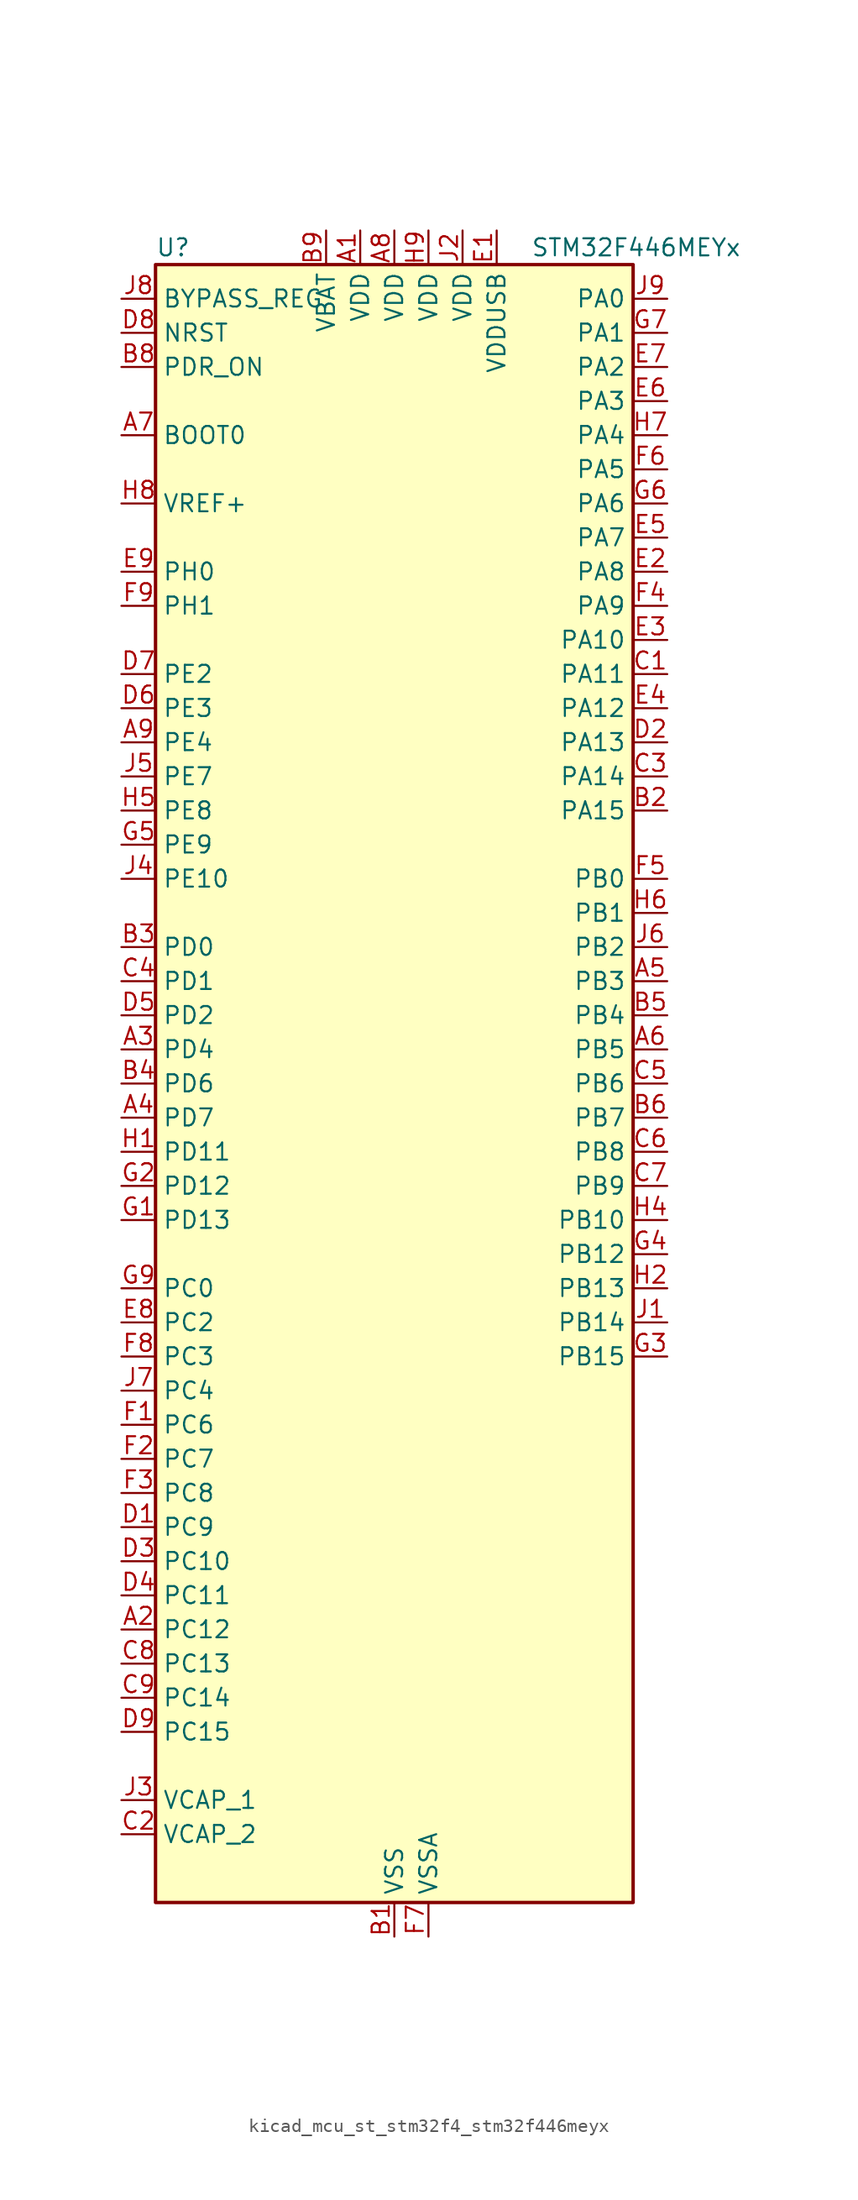
<source format=kicad_sym>
(kicad_symbol_lib
  (version 20220914)
  (generator kicad_symbol_editor)
  (symbol "kicad_mcu_st_stm32f4_stm32f446meyx"
    (property "Reference" "U"
      (at -17.78 62.23 0)
      (effects (font (size 1.27 1.27)) (justify left)))
    (property "Value" "STM32F446MEYx"
      (at 10.16 62.23 0)
      (effects (font (size 1.27 1.27)) (justify left)))
    (property "ki_locked" ""
      (at 0 0 0)
      (effects (font (size 1.27 1.27))))
    (symbol "kicad_mcu_st_stm32f4_stm32f446meyx_0_1"
      (rectangle (start -17.78 -60.96) (end 17.78 60.96) (stroke (width 0.254) (type default)) (fill (type background))))
    (symbol "kicad_mcu_st_stm32f4_stm32f446meyx_1_1"
      (pin power_in line (at -2.54 63.5 270) (length 2.54) (name "VDD" (effects (font (size 1.27 1.27)))) (number "A1" (effects (font (size 1.27 1.27)))))
      (pin bidirectional line (at -20.32 -40.64 0) (length 2.54) (name "PC12" (effects (font (size 1.27 1.27)))) (number "A2" (effects (font (size 1.27 1.27)))) (alternate "DCMI_D9" bidirectional line) (alternate "I2C2_SDA" bidirectional line) (alternate "I2S3_SD" bidirectional line) (alternate "SDIO_CK" bidirectional line) (alternate "SPI3_MOSI" bidirectional line) (alternate "UART5_TX" bidirectional line) (alternate "USART3_CK" bidirectional line))
      (pin bidirectional line (at -20.32 2.54 0) (length 2.54) (name "PD4" (effects (font (size 1.27 1.27)))) (number "A3" (effects (font (size 1.27 1.27)))) (alternate "USART2_RTS" bidirectional line))
      (pin bidirectional line (at -20.32 -2.54 0) (length 2.54) (name "PD7" (effects (font (size 1.27 1.27)))) (number "A4" (effects (font (size 1.27 1.27)))) (alternate "SPDIFRX_IN0" bidirectional line) (alternate "USART2_CK" bidirectional line))
      (pin bidirectional line (at 20.32 7.62 180) (length 2.54) (name "PB3" (effects (font (size 1.27 1.27)))) (number "A5" (effects (font (size 1.27 1.27)))) (alternate "I2C2_SDA" bidirectional line) (alternate "I2S1_CK" bidirectional line) (alternate "I2S3_CK" bidirectional line) (alternate "SPI1_SCK" bidirectional line) (alternate "SPI3_SCK" bidirectional line) (alternate "SYS_JTDO-SWO" bidirectional line) (alternate "TIM2_CH2" bidirectional line))
      (pin bidirectional line (at 20.32 2.54 180) (length 2.54) (name "PB5" (effects (font (size 1.27 1.27)))) (number "A6" (effects (font (size 1.27 1.27)))) (alternate "CAN2_RX" bidirectional line) (alternate "DCMI_D10" bidirectional line) (alternate "I2C1_SMBA" bidirectional line) (alternate "I2S1_SD" bidirectional line) (alternate "I2S3_SD" bidirectional line) (alternate "SPI1_MOSI" bidirectional line) (alternate "SPI3_MOSI" bidirectional line) (alternate "TIM3_CH2" bidirectional line) (alternate "USB_OTG_HS_ULPI_D7" bidirectional line))
      (pin input line (at -20.32 48.26 0) (length 2.54) (name "BOOT0" (effects (font (size 1.27 1.27)))) (number "A7" (effects (font (size 1.27 1.27)))))
      (pin power_in line (at 0 63.5 270) (length 2.54) (name "VDD" (effects (font (size 1.27 1.27)))) (number "A8" (effects (font (size 1.27 1.27)))))
      (pin bidirectional line (at -20.32 25.4 0) (length 2.54) (name "PE4" (effects (font (size 1.27 1.27)))) (number "A9" (effects (font (size 1.27 1.27)))) (alternate "DCMI_D4" bidirectional line) (alternate "SAI1_FS_A" bidirectional line) (alternate "SPI4_NSS" bidirectional line) (alternate "SYS_TRACED1" bidirectional line))
      (pin power_in line (at 0 -63.5 90) (length 2.54) (name "VSS" (effects (font (size 1.27 1.27)))) (number "B1" (effects (font (size 1.27 1.27)))))
      (pin bidirectional line (at 20.32 20.32 180) (length 2.54) (name "PA15" (effects (font (size 1.27 1.27)))) (number "B2" (effects (font (size 1.27 1.27)))) (alternate "ADC1_EXTI15" bidirectional line) (alternate "ADC2_EXTI15" bidirectional line) (alternate "ADC3_EXTI15" bidirectional line) (alternate "CEC" bidirectional line) (alternate "I2S1_WS" bidirectional line) (alternate "I2S3_WS" bidirectional line) (alternate "SPI1_NSS" bidirectional line) (alternate "SPI3_NSS" bidirectional line) (alternate "SYS_JTDI" bidirectional line) (alternate "TIM2_CH1" bidirectional line) (alternate "TIM2_ETR" bidirectional line) (alternate "UART4_RTS" bidirectional line))
      (pin bidirectional line (at -20.32 10.16 0) (length 2.54) (name "PD0" (effects (font (size 1.27 1.27)))) (number "B3" (effects (font (size 1.27 1.27)))) (alternate "CAN1_RX" bidirectional line) (alternate "I2S3_SD" bidirectional line) (alternate "SPI3_MOSI" bidirectional line) (alternate "SPI4_MISO" bidirectional line))
      (pin bidirectional line (at -20.32 0 0) (length 2.54) (name "PD6" (effects (font (size 1.27 1.27)))) (number "B4" (effects (font (size 1.27 1.27)))) (alternate "DCMI_D10" bidirectional line) (alternate "I2S3_SD" bidirectional line) (alternate "SAI1_SD_A" bidirectional line) (alternate "SPI3_MOSI" bidirectional line) (alternate "USART2_RX" bidirectional line))
      (pin bidirectional line (at 20.32 5.08 180) (length 2.54) (name "PB4" (effects (font (size 1.27 1.27)))) (number "B5" (effects (font (size 1.27 1.27)))) (alternate "I2C3_SDA" bidirectional line) (alternate "I2S2_WS" bidirectional line) (alternate "SPI1_MISO" bidirectional line) (alternate "SPI2_NSS" bidirectional line) (alternate "SPI3_MISO" bidirectional line) (alternate "SYS_JTRST" bidirectional line) (alternate "TIM3_CH1" bidirectional line))
      (pin bidirectional line (at 20.32 -2.54 180) (length 2.54) (name "PB7" (effects (font (size 1.27 1.27)))) (number "B6" (effects (font (size 1.27 1.27)))) (alternate "DCMI_VSYNC" bidirectional line) (alternate "I2C1_SDA" bidirectional line) (alternate "SPDIFRX_IN0" bidirectional line) (alternate "TIM4_CH2" bidirectional line) (alternate "USART1_RX" bidirectional line))
      (pin passive line (at 0 -63.5 90) (length 2.54) hide (name "VSS" (effects (font (size 1.27 1.27)))) (number "B7" (effects (font (size 1.27 1.27)))))
      (pin input line (at -20.32 53.34 0) (length 2.54) (name "PDR_ON" (effects (font (size 1.27 1.27)))) (number "B8" (effects (font (size 1.27 1.27)))))
      (pin power_in line (at -5.08 63.5 270) (length 2.54) (name "VBAT" (effects (font (size 1.27 1.27)))) (number "B9" (effects (font (size 1.27 1.27)))))
      (pin bidirectional line (at 20.32 30.48 180) (length 2.54) (name "PA11" (effects (font (size 1.27 1.27)))) (number "C1" (effects (font (size 1.27 1.27)))) (alternate "ADC1_EXTI11" bidirectional line) (alternate "ADC2_EXTI11" bidirectional line) (alternate "ADC3_EXTI11" bidirectional line) (alternate "CAN1_RX" bidirectional line) (alternate "TIM1_CH4" bidirectional line) (alternate "USART1_CTS" bidirectional line) (alternate "USB_OTG_FS_DM" bidirectional line))
      (pin power_out line (at -20.32 -55.88 0) (length 2.54) (name "VCAP_2" (effects (font (size 1.27 1.27)))) (number "C2" (effects (font (size 1.27 1.27)))))
      (pin bidirectional line (at 20.32 22.86 180) (length 2.54) (name "PA14" (effects (font (size 1.27 1.27)))) (number "C3" (effects (font (size 1.27 1.27)))) (alternate "SYS_JTCK-SWCLK" bidirectional line))
      (pin bidirectional line (at -20.32 7.62 0) (length 2.54) (name "PD1" (effects (font (size 1.27 1.27)))) (number "C4" (effects (font (size 1.27 1.27)))) (alternate "CAN1_TX" bidirectional line) (alternate "I2S2_WS" bidirectional line) (alternate "SPI2_NSS" bidirectional line))
      (pin bidirectional line (at 20.32 0 180) (length 2.54) (name "PB6" (effects (font (size 1.27 1.27)))) (number "C5" (effects (font (size 1.27 1.27)))) (alternate "CAN2_TX" bidirectional line) (alternate "CEC" bidirectional line) (alternate "DCMI_D5" bidirectional line) (alternate "I2C1_SCL" bidirectional line) (alternate "QUADSPI_BK1_NCS" bidirectional line) (alternate "TIM4_CH1" bidirectional line) (alternate "USART1_TX" bidirectional line))
      (pin bidirectional line (at 20.32 -5.08 180) (length 2.54) (name "PB8" (effects (font (size 1.27 1.27)))) (number "C6" (effects (font (size 1.27 1.27)))) (alternate "CAN1_RX" bidirectional line) (alternate "DCMI_D6" bidirectional line) (alternate "I2C1_SCL" bidirectional line) (alternate "SDIO_D4" bidirectional line) (alternate "TIM10_CH1" bidirectional line) (alternate "TIM2_CH1" bidirectional line) (alternate "TIM2_ETR" bidirectional line) (alternate "TIM4_CH3" bidirectional line))
      (pin bidirectional line (at 20.32 -7.62 180) (length 2.54) (name "PB9" (effects (font (size 1.27 1.27)))) (number "C7" (effects (font (size 1.27 1.27)))) (alternate "CAN1_TX" bidirectional line) (alternate "DAC_EXTI9" bidirectional line) (alternate "DCMI_D7" bidirectional line) (alternate "I2C1_SDA" bidirectional line) (alternate "I2S2_WS" bidirectional line) (alternate "SAI1_FS_B" bidirectional line) (alternate "SDIO_D5" bidirectional line) (alternate "SPI2_NSS" bidirectional line) (alternate "TIM11_CH1" bidirectional line) (alternate "TIM2_CH2" bidirectional line) (alternate "TIM4_CH4" bidirectional line))
      (pin bidirectional line (at -20.32 -43.18 0) (length 2.54) (name "PC13" (effects (font (size 1.27 1.27)))) (number "C8" (effects (font (size 1.27 1.27)))) (alternate "RTC_AF1" bidirectional line) (alternate "SYS_WKUP1" bidirectional line))
      (pin bidirectional line (at -20.32 -45.72 0) (length 2.54) (name "PC14" (effects (font (size 1.27 1.27)))) (number "C9" (effects (font (size 1.27 1.27)))) (alternate "RCC_OSC32_IN" bidirectional line))
      (pin bidirectional line (at -20.32 -33.02 0) (length 2.54) (name "PC9" (effects (font (size 1.27 1.27)))) (number "D1" (effects (font (size 1.27 1.27)))) (alternate "DAC_EXTI9" bidirectional line) (alternate "DCMI_D3" bidirectional line) (alternate "I2C3_SDA" bidirectional line) (alternate "I2S_CKIN" bidirectional line) (alternate "QUADSPI_BK1_IO0" bidirectional line) (alternate "RCC_MCO_2" bidirectional line) (alternate "SDIO_D1" bidirectional line) (alternate "TIM3_CH4" bidirectional line) (alternate "TIM8_CH4" bidirectional line) (alternate "UART5_CTS" bidirectional line))
      (pin bidirectional line (at 20.32 25.4 180) (length 2.54) (name "PA13" (effects (font (size 1.27 1.27)))) (number "D2" (effects (font (size 1.27 1.27)))) (alternate "SYS_JTMS-SWDIO" bidirectional line))
      (pin bidirectional line (at -20.32 -35.56 0) (length 2.54) (name "PC10" (effects (font (size 1.27 1.27)))) (number "D3" (effects (font (size 1.27 1.27)))) (alternate "DCMI_D8" bidirectional line) (alternate "I2S3_CK" bidirectional line) (alternate "QUADSPI_BK1_IO1" bidirectional line) (alternate "SDIO_D2" bidirectional line) (alternate "SPI3_SCK" bidirectional line) (alternate "UART4_TX" bidirectional line) (alternate "USART3_TX" bidirectional line))
      (pin bidirectional line (at -20.32 -38.1 0) (length 2.54) (name "PC11" (effects (font (size 1.27 1.27)))) (number "D4" (effects (font (size 1.27 1.27)))) (alternate "ADC1_EXTI11" bidirectional line) (alternate "ADC2_EXTI11" bidirectional line) (alternate "ADC3_EXTI11" bidirectional line) (alternate "DCMI_D4" bidirectional line) (alternate "QUADSPI_BK2_NCS" bidirectional line) (alternate "SDIO_D3" bidirectional line) (alternate "SPI3_MISO" bidirectional line) (alternate "UART4_RX" bidirectional line) (alternate "USART3_RX" bidirectional line))
      (pin bidirectional line (at -20.32 5.08 0) (length 2.54) (name "PD2" (effects (font (size 1.27 1.27)))) (number "D5" (effects (font (size 1.27 1.27)))) (alternate "DCMI_D11" bidirectional line) (alternate "SDIO_CMD" bidirectional line) (alternate "TIM3_ETR" bidirectional line) (alternate "UART5_RX" bidirectional line))
      (pin bidirectional line (at -20.32 27.94 0) (length 2.54) (name "PE3" (effects (font (size 1.27 1.27)))) (number "D6" (effects (font (size 1.27 1.27)))) (alternate "SAI1_SD_B" bidirectional line) (alternate "SYS_TRACED0" bidirectional line))
      (pin bidirectional line (at -20.32 30.48 0) (length 2.54) (name "PE2" (effects (font (size 1.27 1.27)))) (number "D7" (effects (font (size 1.27 1.27)))) (alternate "QUADSPI_BK1_IO2" bidirectional line) (alternate "SAI1_MCLK_A" bidirectional line) (alternate "SPI4_SCK" bidirectional line) (alternate "SYS_TRACECLK" bidirectional line))
      (pin input line (at -20.32 55.88 0) (length 2.54) (name "NRST" (effects (font (size 1.27 1.27)))) (number "D8" (effects (font (size 1.27 1.27)))))
      (pin bidirectional line (at -20.32 -48.26 0) (length 2.54) (name "PC15" (effects (font (size 1.27 1.27)))) (number "D9" (effects (font (size 1.27 1.27)))) (alternate "ADC1_EXTI15" bidirectional line) (alternate "ADC2_EXTI15" bidirectional line) (alternate "ADC3_EXTI15" bidirectional line) (alternate "RCC_OSC32_OUT" bidirectional line))
      (pin power_in line (at 7.62 63.5 270) (length 2.54) (name "VDDUSB" (effects (font (size 1.27 1.27)))) (number "E1" (effects (font (size 1.27 1.27)))))
      (pin bidirectional line (at 20.32 38.1 180) (length 2.54) (name "PA8" (effects (font (size 1.27 1.27)))) (number "E2" (effects (font (size 1.27 1.27)))) (alternate "I2C3_SCL" bidirectional line) (alternate "RCC_MCO_1" bidirectional line) (alternate "TIM1_CH1" bidirectional line) (alternate "USART1_CK" bidirectional line) (alternate "USB_OTG_FS_SOF" bidirectional line))
      (pin bidirectional line (at 20.32 33.02 180) (length 2.54) (name "PA10" (effects (font (size 1.27 1.27)))) (number "E3" (effects (font (size 1.27 1.27)))) (alternate "DCMI_D1" bidirectional line) (alternate "TIM1_CH3" bidirectional line) (alternate "USART1_RX" bidirectional line) (alternate "USB_OTG_FS_ID" bidirectional line))
      (pin bidirectional line (at 20.32 27.94 180) (length 2.54) (name "PA12" (effects (font (size 1.27 1.27)))) (number "E4" (effects (font (size 1.27 1.27)))) (alternate "CAN1_TX" bidirectional line) (alternate "SAI2_FS_B" bidirectional line) (alternate "TIM1_ETR" bidirectional line) (alternate "USART1_RTS" bidirectional line) (alternate "USB_OTG_FS_DP" bidirectional line))
      (pin bidirectional line (at 20.32 40.64 180) (length 2.54) (name "PA7" (effects (font (size 1.27 1.27)))) (number "E5" (effects (font (size 1.27 1.27)))) (alternate "ADC1_IN7" bidirectional line) (alternate "ADC2_IN7" bidirectional line) (alternate "I2S1_SD" bidirectional line) (alternate "SPI1_MOSI" bidirectional line) (alternate "TIM14_CH1" bidirectional line) (alternate "TIM1_CH1N" bidirectional line) (alternate "TIM3_CH2" bidirectional line) (alternate "TIM8_CH1N" bidirectional line))
      (pin bidirectional line (at 20.32 50.8 180) (length 2.54) (name "PA3" (effects (font (size 1.27 1.27)))) (number "E6" (effects (font (size 1.27 1.27)))) (alternate "ADC1_IN3" bidirectional line) (alternate "ADC2_IN3" bidirectional line) (alternate "ADC3_IN3" bidirectional line) (alternate "SAI1_FS_A" bidirectional line) (alternate "TIM2_CH4" bidirectional line) (alternate "TIM5_CH4" bidirectional line) (alternate "TIM9_CH2" bidirectional line) (alternate "USART2_RX" bidirectional line) (alternate "USB_OTG_HS_ULPI_D0" bidirectional line))
      (pin bidirectional line (at 20.32 53.34 180) (length 2.54) (name "PA2" (effects (font (size 1.27 1.27)))) (number "E7" (effects (font (size 1.27 1.27)))) (alternate "ADC1_IN2" bidirectional line) (alternate "ADC2_IN2" bidirectional line) (alternate "ADC3_IN2" bidirectional line) (alternate "SAI2_SCK_B" bidirectional line) (alternate "TIM2_CH3" bidirectional line) (alternate "TIM5_CH3" bidirectional line) (alternate "TIM9_CH1" bidirectional line) (alternate "USART2_TX" bidirectional line))
      (pin bidirectional line (at -20.32 -17.78 0) (length 2.54) (name "PC2" (effects (font (size 1.27 1.27)))) (number "E8" (effects (font (size 1.27 1.27)))) (alternate "ADC1_IN12" bidirectional line) (alternate "ADC2_IN12" bidirectional line) (alternate "ADC3_IN12" bidirectional line) (alternate "SPI2_MISO" bidirectional line) (alternate "USB_OTG_HS_ULPI_DIR" bidirectional line))
      (pin bidirectional line (at -20.32 38.1 0) (length 2.54) (name "PH0" (effects (font (size 1.27 1.27)))) (number "E9" (effects (font (size 1.27 1.27)))) (alternate "RCC_OSC_IN" bidirectional line))
      (pin bidirectional line (at -20.32 -25.4 0) (length 2.54) (name "PC6" (effects (font (size 1.27 1.27)))) (number "F1" (effects (font (size 1.27 1.27)))) (alternate "DCMI_D0" bidirectional line) (alternate "FMPI2C1_SCL" bidirectional line) (alternate "I2S2_MCK" bidirectional line) (alternate "SDIO_D6" bidirectional line) (alternate "TIM3_CH1" bidirectional line) (alternate "TIM8_CH1" bidirectional line) (alternate "USART6_TX" bidirectional line))
      (pin bidirectional line (at -20.32 -27.94 0) (length 2.54) (name "PC7" (effects (font (size 1.27 1.27)))) (number "F2" (effects (font (size 1.27 1.27)))) (alternate "DCMI_D1" bidirectional line) (alternate "FMPI2C1_SDA" bidirectional line) (alternate "I2S2_CK" bidirectional line) (alternate "I2S3_MCK" bidirectional line) (alternate "SDIO_D7" bidirectional line) (alternate "SPDIFRX_IN1" bidirectional line) (alternate "SPI2_SCK" bidirectional line) (alternate "TIM3_CH2" bidirectional line) (alternate "TIM8_CH2" bidirectional line) (alternate "USART6_RX" bidirectional line))
      (pin bidirectional line (at -20.32 -30.48 0) (length 2.54) (name "PC8" (effects (font (size 1.27 1.27)))) (number "F3" (effects (font (size 1.27 1.27)))) (alternate "DCMI_D2" bidirectional line) (alternate "SDIO_D0" bidirectional line) (alternate "SYS_TRACED0" bidirectional line) (alternate "TIM3_CH3" bidirectional line) (alternate "TIM8_CH3" bidirectional line) (alternate "UART5_RTS" bidirectional line) (alternate "USART6_CK" bidirectional line))
      (pin bidirectional line (at 20.32 35.56 180) (length 2.54) (name "PA9" (effects (font (size 1.27 1.27)))) (number "F4" (effects (font (size 1.27 1.27)))) (alternate "DAC_EXTI9" bidirectional line) (alternate "DCMI_D0" bidirectional line) (alternate "I2C3_SMBA" bidirectional line) (alternate "I2S2_CK" bidirectional line) (alternate "SAI1_SD_B" bidirectional line) (alternate "SPI2_SCK" bidirectional line) (alternate "TIM1_CH2" bidirectional line) (alternate "USART1_TX" bidirectional line) (alternate "USB_OTG_FS_VBUS" bidirectional line))
      (pin bidirectional line (at 20.32 15.24 180) (length 2.54) (name "PB0" (effects (font (size 1.27 1.27)))) (number "F5" (effects (font (size 1.27 1.27)))) (alternate "ADC1_IN8" bidirectional line) (alternate "ADC2_IN8" bidirectional line) (alternate "I2S3_SD" bidirectional line) (alternate "SDIO_D1" bidirectional line) (alternate "SPI3_MOSI" bidirectional line) (alternate "TIM1_CH2N" bidirectional line) (alternate "TIM3_CH3" bidirectional line) (alternate "TIM8_CH2N" bidirectional line) (alternate "UART4_CTS" bidirectional line) (alternate "USB_OTG_HS_ULPI_D1" bidirectional line))
      (pin bidirectional line (at 20.32 45.72 180) (length 2.54) (name "PA5" (effects (font (size 1.27 1.27)))) (number "F6" (effects (font (size 1.27 1.27)))) (alternate "ADC1_IN5" bidirectional line) (alternate "ADC2_IN5" bidirectional line) (alternate "DAC_OUT2" bidirectional line) (alternate "I2S1_CK" bidirectional line) (alternate "SPI1_SCK" bidirectional line) (alternate "TIM2_CH1" bidirectional line) (alternate "TIM2_ETR" bidirectional line) (alternate "TIM8_CH1N" bidirectional line) (alternate "USB_OTG_HS_ULPI_CK" bidirectional line))
      (pin power_in line (at 2.54 -63.5 90) (length 2.54) (name "VSSA" (effects (font (size 1.27 1.27)))) (number "F7" (effects (font (size 1.27 1.27)))))
      (pin bidirectional line (at -20.32 -20.32 0) (length 2.54) (name "PC3" (effects (font (size 1.27 1.27)))) (number "F8" (effects (font (size 1.27 1.27)))) (alternate "ADC1_IN13" bidirectional line) (alternate "ADC2_IN13" bidirectional line) (alternate "ADC3_IN13" bidirectional line) (alternate "I2S2_SD" bidirectional line) (alternate "SPI2_MOSI" bidirectional line) (alternate "USB_OTG_HS_ULPI_NXT" bidirectional line))
      (pin bidirectional line (at -20.32 35.56 0) (length 2.54) (name "PH1" (effects (font (size 1.27 1.27)))) (number "F9" (effects (font (size 1.27 1.27)))) (alternate "RCC_OSC_OUT" bidirectional line))
      (pin bidirectional line (at -20.32 -10.16 0) (length 2.54) (name "PD13" (effects (font (size 1.27 1.27)))) (number "G1" (effects (font (size 1.27 1.27)))) (alternate "FMPI2C1_SDA" bidirectional line) (alternate "QUADSPI_BK1_IO3" bidirectional line) (alternate "SAI2_SCK_A" bidirectional line) (alternate "TIM4_CH2" bidirectional line))
      (pin bidirectional line (at -20.32 -7.62 0) (length 2.54) (name "PD12" (effects (font (size 1.27 1.27)))) (number "G2" (effects (font (size 1.27 1.27)))) (alternate "FMPI2C1_SCL" bidirectional line) (alternate "QUADSPI_BK1_IO1" bidirectional line) (alternate "SAI2_FS_A" bidirectional line) (alternate "TIM4_CH1" bidirectional line) (alternate "USART3_RTS" bidirectional line))
      (pin bidirectional line (at 20.32 -20.32 180) (length 2.54) (name "PB15" (effects (font (size 1.27 1.27)))) (number "G3" (effects (font (size 1.27 1.27)))) (alternate "ADC1_EXTI15" bidirectional line) (alternate "ADC2_EXTI15" bidirectional line) (alternate "ADC3_EXTI15" bidirectional line) (alternate "I2S2_SD" bidirectional line) (alternate "RTC_REFIN" bidirectional line) (alternate "SPI2_MOSI" bidirectional line) (alternate "TIM12_CH2" bidirectional line) (alternate "TIM1_CH3N" bidirectional line) (alternate "TIM8_CH3N" bidirectional line) (alternate "USB_OTG_HS_DP" bidirectional line))
      (pin bidirectional line (at 20.32 -12.7 180) (length 2.54) (name "PB12" (effects (font (size 1.27 1.27)))) (number "G4" (effects (font (size 1.27 1.27)))) (alternate "CAN2_RX" bidirectional line) (alternate "I2C2_SMBA" bidirectional line) (alternate "I2S2_WS" bidirectional line) (alternate "SAI1_SCK_B" bidirectional line) (alternate "SPI2_NSS" bidirectional line) (alternate "TIM1_BKIN" bidirectional line) (alternate "USART3_CK" bidirectional line) (alternate "USB_OTG_HS_ID" bidirectional line) (alternate "USB_OTG_HS_ULPI_D5" bidirectional line))
      (pin bidirectional line (at -20.32 17.78 0) (length 2.54) (name "PE9" (effects (font (size 1.27 1.27)))) (number "G5" (effects (font (size 1.27 1.27)))) (alternate "DAC_EXTI9" bidirectional line) (alternate "QUADSPI_BK2_IO2" bidirectional line) (alternate "TIM1_CH1" bidirectional line))
      (pin bidirectional line (at 20.32 43.18 180) (length 2.54) (name "PA6" (effects (font (size 1.27 1.27)))) (number "G6" (effects (font (size 1.27 1.27)))) (alternate "ADC1_IN6" bidirectional line) (alternate "ADC2_IN6" bidirectional line) (alternate "DCMI_PIXCLK" bidirectional line) (alternate "I2S2_MCK" bidirectional line) (alternate "SPI1_MISO" bidirectional line) (alternate "TIM13_CH1" bidirectional line) (alternate "TIM1_BKIN" bidirectional line) (alternate "TIM3_CH1" bidirectional line) (alternate "TIM8_BKIN" bidirectional line))
      (pin bidirectional line (at 20.32 55.88 180) (length 2.54) (name "PA1" (effects (font (size 1.27 1.27)))) (number "G7" (effects (font (size 1.27 1.27)))) (alternate "ADC1_IN1" bidirectional line) (alternate "ADC2_IN1" bidirectional line) (alternate "ADC3_IN1" bidirectional line) (alternate "QUADSPI_BK1_IO3" bidirectional line) (alternate "SAI2_MCLK_B" bidirectional line) (alternate "TIM2_CH2" bidirectional line) (alternate "TIM5_CH2" bidirectional line) (alternate "UART4_RX" bidirectional line) (alternate "USART2_RTS" bidirectional line))
      (pin passive line (at 0 -63.5 90) (length 2.54) hide (name "VSS" (effects (font (size 1.27 1.27)))) (number "G8" (effects (font (size 1.27 1.27)))))
      (pin bidirectional line (at -20.32 -15.24 0) (length 2.54) (name "PC0" (effects (font (size 1.27 1.27)))) (number "G9" (effects (font (size 1.27 1.27)))) (alternate "ADC1_IN10" bidirectional line) (alternate "ADC2_IN10" bidirectional line) (alternate "ADC3_IN10" bidirectional line) (alternate "SAI1_MCLK_B" bidirectional line) (alternate "USB_OTG_HS_ULPI_STP" bidirectional line))
      (pin bidirectional line (at -20.32 -5.08 0) (length 2.54) (name "PD11" (effects (font (size 1.27 1.27)))) (number "H1" (effects (font (size 1.27 1.27)))) (alternate "ADC1_EXTI11" bidirectional line) (alternate "ADC2_EXTI11" bidirectional line) (alternate "ADC3_EXTI11" bidirectional line) (alternate "FMPI2C1_SMBA" bidirectional line) (alternate "QUADSPI_BK1_IO0" bidirectional line) (alternate "SAI2_SD_A" bidirectional line) (alternate "USART3_CTS" bidirectional line))
      (pin bidirectional line (at 20.32 -15.24 180) (length 2.54) (name "PB13" (effects (font (size 1.27 1.27)))) (number "H2" (effects (font (size 1.27 1.27)))) (alternate "CAN2_TX" bidirectional line) (alternate "I2S2_CK" bidirectional line) (alternate "SPI2_SCK" bidirectional line) (alternate "TIM1_CH1N" bidirectional line) (alternate "USART3_CTS" bidirectional line) (alternate "USB_OTG_HS_ULPI_D6" bidirectional line) (alternate "USB_OTG_HS_VBUS" bidirectional line))
      (pin passive line (at 0 -63.5 90) (length 2.54) hide (name "VSS" (effects (font (size 1.27 1.27)))) (number "H3" (effects (font (size 1.27 1.27)))))
      (pin bidirectional line (at 20.32 -10.16 180) (length 2.54) (name "PB10" (effects (font (size 1.27 1.27)))) (number "H4" (effects (font (size 1.27 1.27)))) (alternate "I2C2_SCL" bidirectional line) (alternate "I2S2_CK" bidirectional line) (alternate "SAI1_SCK_A" bidirectional line) (alternate "SPI2_SCK" bidirectional line) (alternate "TIM2_CH3" bidirectional line) (alternate "USART3_TX" bidirectional line) (alternate "USB_OTG_HS_ULPI_D3" bidirectional line))
      (pin bidirectional line (at -20.32 20.32 0) (length 2.54) (name "PE8" (effects (font (size 1.27 1.27)))) (number "H5" (effects (font (size 1.27 1.27)))) (alternate "QUADSPI_BK2_IO1" bidirectional line) (alternate "TIM1_CH1N" bidirectional line) (alternate "UART5_TX" bidirectional line))
      (pin bidirectional line (at 20.32 12.7 180) (length 2.54) (name "PB1" (effects (font (size 1.27 1.27)))) (number "H6" (effects (font (size 1.27 1.27)))) (alternate "ADC1_IN9" bidirectional line) (alternate "ADC2_IN9" bidirectional line) (alternate "SDIO_D2" bidirectional line) (alternate "TIM1_CH3N" bidirectional line) (alternate "TIM3_CH4" bidirectional line) (alternate "TIM8_CH3N" bidirectional line) (alternate "USB_OTG_HS_ULPI_D2" bidirectional line))
      (pin bidirectional line (at 20.32 48.26 180) (length 2.54) (name "PA4" (effects (font (size 1.27 1.27)))) (number "H7" (effects (font (size 1.27 1.27)))) (alternate "ADC1_IN4" bidirectional line) (alternate "ADC2_IN4" bidirectional line) (alternate "DAC_OUT1" bidirectional line) (alternate "DCMI_HSYNC" bidirectional line) (alternate "I2S1_WS" bidirectional line) (alternate "I2S3_WS" bidirectional line) (alternate "SPI1_NSS" bidirectional line) (alternate "SPI3_NSS" bidirectional line) (alternate "USART2_CK" bidirectional line) (alternate "USB_OTG_HS_SOF" bidirectional line))
      (pin input line (at -20.32 43.18 0) (length 2.54) (name "VREF+" (effects (font (size 1.27 1.27)))) (number "H8" (effects (font (size 1.27 1.27)))))
      (pin power_in line (at 2.54 63.5 270) (length 2.54) (name "VDD" (effects (font (size 1.27 1.27)))) (number "H9" (effects (font (size 1.27 1.27)))))
      (pin bidirectional line (at 20.32 -17.78 180) (length 2.54) (name "PB14" (effects (font (size 1.27 1.27)))) (number "J1" (effects (font (size 1.27 1.27)))) (alternate "SPI2_MISO" bidirectional line) (alternate "TIM12_CH1" bidirectional line) (alternate "TIM1_CH2N" bidirectional line) (alternate "TIM8_CH2N" bidirectional line) (alternate "USART3_RTS" bidirectional line) (alternate "USB_OTG_HS_DM" bidirectional line))
      (pin power_in line (at 5.08 63.5 270) (length 2.54) (name "VDD" (effects (font (size 1.27 1.27)))) (number "J2" (effects (font (size 1.27 1.27)))))
      (pin power_out line (at -20.32 -53.34 0) (length 2.54) (name "VCAP_1" (effects (font (size 1.27 1.27)))) (number "J3" (effects (font (size 1.27 1.27)))))
      (pin bidirectional line (at -20.32 15.24 0) (length 2.54) (name "PE10" (effects (font (size 1.27 1.27)))) (number "J4" (effects (font (size 1.27 1.27)))) (alternate "QUADSPI_BK2_IO3" bidirectional line) (alternate "TIM1_CH2N" bidirectional line))
      (pin bidirectional line (at -20.32 22.86 0) (length 2.54) (name "PE7" (effects (font (size 1.27 1.27)))) (number "J5" (effects (font (size 1.27 1.27)))) (alternate "QUADSPI_BK2_IO0" bidirectional line) (alternate "TIM1_ETR" bidirectional line) (alternate "UART5_RX" bidirectional line))
      (pin bidirectional line (at 20.32 10.16 180) (length 2.54) (name "PB2" (effects (font (size 1.27 1.27)))) (number "J6" (effects (font (size 1.27 1.27)))) (alternate "I2S3_SD" bidirectional line) (alternate "QUADSPI_CLK" bidirectional line) (alternate "SAI1_SD_A" bidirectional line) (alternate "SDIO_CK" bidirectional line) (alternate "SPI3_MOSI" bidirectional line) (alternate "TIM2_CH4" bidirectional line) (alternate "USB_OTG_HS_ULPI_D4" bidirectional line))
      (pin bidirectional line (at -20.32 -22.86 0) (length 2.54) (name "PC4" (effects (font (size 1.27 1.27)))) (number "J7" (effects (font (size 1.27 1.27)))) (alternate "ADC1_IN14" bidirectional line) (alternate "ADC2_IN14" bidirectional line) (alternate "I2S1_MCK" bidirectional line) (alternate "SPDIFRX_IN2" bidirectional line))
      (pin input line (at -20.32 58.42 0) (length 2.54) (name "BYPASS_REG" (effects (font (size 1.27 1.27)))) (number "J8" (effects (font (size 1.27 1.27)))))
      (pin bidirectional line (at 20.32 58.42 180) (length 2.54) (name "PA0" (effects (font (size 1.27 1.27)))) (number "J9" (effects (font (size 1.27 1.27)))) (alternate "ADC1_IN0" bidirectional line) (alternate "ADC2_IN0" bidirectional line) (alternate "ADC3_IN0" bidirectional line) (alternate "RTC_AF2" bidirectional line) (alternate "SYS_WKUP0" bidirectional line) (alternate "TIM2_CH1" bidirectional line) (alternate "TIM2_ETR" bidirectional line) (alternate "TIM5_CH1" bidirectional line) (alternate "TIM8_ETR" bidirectional line) (alternate "UART4_TX" bidirectional line) (alternate "USART2_CTS" bidirectional line)))))
</source>
